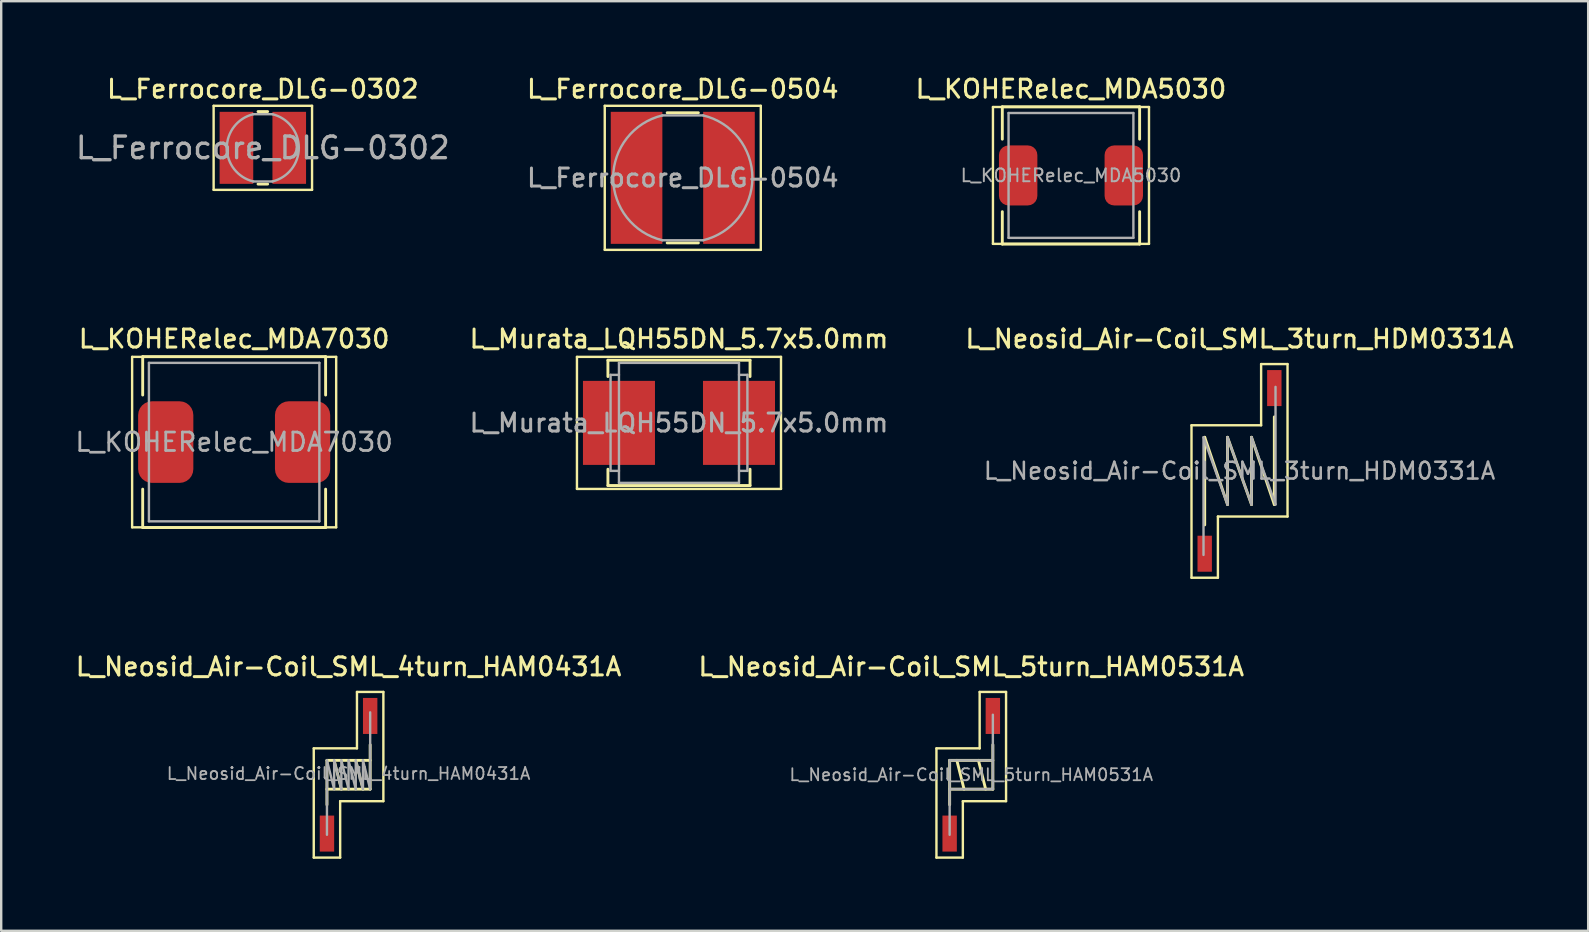
<source format=kicad_pcb>
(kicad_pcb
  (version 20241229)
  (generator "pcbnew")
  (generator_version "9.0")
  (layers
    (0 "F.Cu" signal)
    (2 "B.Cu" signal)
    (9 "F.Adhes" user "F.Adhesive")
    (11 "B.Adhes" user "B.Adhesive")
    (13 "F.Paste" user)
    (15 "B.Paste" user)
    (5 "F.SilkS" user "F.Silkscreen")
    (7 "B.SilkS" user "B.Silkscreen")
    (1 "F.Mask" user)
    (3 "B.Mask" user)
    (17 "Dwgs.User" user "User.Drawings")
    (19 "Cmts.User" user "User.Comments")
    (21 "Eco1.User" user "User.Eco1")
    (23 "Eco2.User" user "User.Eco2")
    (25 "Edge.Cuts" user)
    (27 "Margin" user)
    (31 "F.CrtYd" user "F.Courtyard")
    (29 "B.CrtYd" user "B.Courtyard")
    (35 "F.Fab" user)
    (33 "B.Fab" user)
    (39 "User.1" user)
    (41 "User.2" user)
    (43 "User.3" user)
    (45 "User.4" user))
  (footprint "L_Ferrocore_DLG-0302"
    (layer "F.Cu")
    (at 7.899 3.108)
    (property "Reference" "L_Ferrocore_DLG-0302" (at 0 -2.45 0) (layer "F.SilkS") (effects (font (size 0.75 0.75) (thickness 0.125))))
    (attr smd)
    (fp_line (start -2.05 -1.75) (end -2.05 1.75) (stroke (width 0.1) (type solid)) (layer "F.SilkS"))
    (fp_line (start -2.05 1.75) (end 2.05 1.75) (stroke (width 0.1) (type solid)) (layer "F.SilkS"))
    (fp_line (start -0.2 -1.51) (end 0.2 -1.51) (stroke (width 0.12) (type solid)) (layer "F.SilkS"))
    (fp_line (start -0.2 1.51) (end 0.2 1.51) (stroke (width 0.12) (type solid)) (layer "F.SilkS"))
    (fp_line (start 2.05 -1.75) (end -2.05 -1.75) (stroke (width 0.1) (type solid)) (layer "F.SilkS"))
    (fp_line (start 2.05 1.75) (end 2.05 -1.75) (stroke (width 0.1) (type solid)) (layer "F.SilkS"))
    (fp_line (start -0.4 -1.4) (end 0.4 -1.4) (stroke (width 0.1) (type solid)) (layer "F.Fab"))
    (fp_line (start -0.4 1.4) (end 0.4 1.4) (stroke (width 0.1) (type solid)) (layer "F.Fab"))
    (fp_arc (start -0.4 1.4) (mid -1.5 0) (end -0.4 -1.4) (stroke (width 0.1) (type solid)) (layer "F.Fab"))
    (fp_arc (start 0.4 -1.4) (mid 1.5 0) (end 0.4 1.4) (stroke (width 0.1) (type solid)) (layer "F.Fab"))
    (fp_text user "${REFERENCE}" (at 0 0 0) (layer "F.Fab") (effects (font (size 0.9 0.9) (thickness 0.14))))
    (pad "1" smd rect (at -1.1 0) (size 1.4 3) (layers "F.Cu" "F.Mask" "F.Paste"))
    (pad "2" smd rect (at 1.1 0) (size 1.4 3) (layers "F.Cu" "F.Mask" "F.Paste")))
  (footprint "L_Neosid_Air-Coil_SML_3turn_HDM0331A"
    (layer "F.Cu")
    (at 48.584 16.566)
    (property "Reference" "L_Neosid_Air-Coil_SML_3turn_HDM0331A" (at 0 -5.5 0) (layer "F.SilkS") (effects (font (size 0.75 0.75) (thickness 0.125))))
    (attr smd)
    (fp_line (start -2 -1.9) (end -2 4.45) (stroke (width 0.1) (type solid)) (layer "F.SilkS"))
    (fp_line (start -2 4.45) (end -0.9 4.45) (stroke (width 0.1) (type solid)) (layer "F.SilkS"))
    (fp_line (start -1.45 -1.4) (end -1.45 2.25) (stroke (width 0.12) (type solid)) (layer "F.SilkS"))
    (fp_line (start -1.45 -1.4) (end -0.5 1.4) (stroke (width 0.12) (type solid)) (layer "F.SilkS"))
    (fp_line (start -0.9 1.9) (end 2 1.9) (stroke (width 0.1) (type solid)) (layer "F.SilkS"))
    (fp_line (start -0.9 4.45) (end -0.9 1.9) (stroke (width 0.1) (type solid)) (layer "F.SilkS"))
    (fp_line (start -0.5 -1.4) (end -0.5 1.4) (stroke (width 0.12) (type solid)) (layer "F.SilkS"))
    (fp_line (start -0.5 -1.4) (end 0.5 1.4) (stroke (width 0.12) (type solid)) (layer "F.SilkS"))
    (fp_line (start 0.5 -1.4) (end 0.5 1.4) (stroke (width 0.12) (type solid)) (layer "F.SilkS"))
    (fp_line (start 0.5 -1.4) (end 1.45 1.4) (stroke (width 0.12) (type solid)) (layer "F.SilkS"))
    (fp_line (start 0.9 -4.45) (end 0.9 -1.9) (stroke (width 0.1) (type solid)) (layer "F.SilkS"))
    (fp_line (start 0.9 -1.9) (end -2 -1.9) (stroke (width 0.1) (type solid)) (layer "F.SilkS"))
    (fp_line (start 1.45 1.4) (end 1.45 -2.25) (stroke (width 0.12) (type solid)) (layer "F.SilkS"))
    (fp_line (start 2 -4.45) (end 0.9 -4.45) (stroke (width 0.1) (type solid)) (layer "F.SilkS"))
    (fp_line (start 2 1.9) (end 2 -4.45) (stroke (width 0.1) (type solid)) (layer "F.SilkS"))
    (fp_line (start -1.5 -1.4) (end -0.5 1.4) (stroke (width 0.1) (type solid)) (layer "F.Fab"))
    (fp_line (start -1.5 3.5) (end -1.5 -1.4) (stroke (width 0.1) (type solid)) (layer "F.Fab"))
    (fp_line (start -0.5 -1.4) (end 0.5 1.4) (stroke (width 0.1) (type solid)) (layer "F.Fab"))
    (fp_line (start -0.5 1.4) (end -0.5 -1.4) (stroke (width 0.1) (type solid)) (layer "F.Fab"))
    (fp_line (start 0.5 -1.4) (end 1.5 1.4) (stroke (width 0.1) (type solid)) (layer "F.Fab"))
    (fp_line (start 0.5 1.4) (end 0.5 -1.4) (stroke (width 0.1) (type solid)) (layer "F.Fab"))
    (fp_line (start 1.5 1.4) (end 1.5 -3.5) (stroke (width 0.1) (type solid)) (layer "F.Fab"))
    (fp_text user "${REFERENCE}" (at 0 0 0) (layer "F.Fab") (effects (font (size 0.7 0.7) (thickness 0.105))))
    (pad "1" smd rect (at -1.45 3.45) (size 0.6 1.5) (layers "F.Cu" "F.Mask" "F.Paste"))
    (pad "2" smd rect (at 1.45 -3.45) (size 0.6 1.5) (layers "F.Cu" "F.Mask" "F.Paste")))
  (footprint "L_Neosid_Air-Coil_SML_5turn_HAM0531A"
    (layer "F.Cu")
    (at 37.409 29.224)
    (property "Reference" "L_Neosid_Air-Coil_SML_5turn_HAM0531A" (at 0 -4.5 0) (layer "F.SilkS") (effects (font (size 0.75 0.75) (thickness 0.125))))
    (attr smd)
    (fp_line (start -1.45 -1.1) (end -1.45 3.45) (stroke (width 0.1) (type solid)) (layer "F.SilkS"))
    (fp_line (start -1.45 3.45) (end -0.35 3.45) (stroke (width 0.1) (type solid)) (layer "F.SilkS"))
    (fp_line (start -0.9 -0.6) (end 0.9 -0.6) (stroke (width 0.12) (type solid)) (layer "F.SilkS"))
    (fp_line (start -0.9 1.25) (end -0.9 -0.6) (stroke (width 0.12) (type solid)) (layer "F.SilkS"))
    (fp_line (start -0.6 -0.6) (end -0.3 0.6) (stroke (width 0.12) (type solid)) (layer "F.SilkS"))
    (fp_line (start -0.35 1.1) (end 1.45 1.1) (stroke (width 0.1) (type solid)) (layer "F.SilkS"))
    (fp_line (start -0.35 3.45) (end -0.35 1.1) (stroke (width 0.1) (type solid)) (layer "F.SilkS"))
    (fp_line (start 0.3 -0.6) (end 0.6 0.6) (stroke (width 0.12) (type solid)) (layer "F.SilkS"))
    (fp_line (start 0.35 -3.45) (end 0.35 -1.1) (stroke (width 0.1) (type solid)) (layer "F.SilkS"))
    (fp_line (start 0.35 -1.1) (end -1.45 -1.1) (stroke (width 0.1) (type solid)) (layer "F.SilkS"))
    (fp_line (start 0.9 0.6) (end -0.9 0.6) (stroke (width 0.12) (type solid)) (layer "F.SilkS"))
    (fp_line (start 0.9 0.6) (end 0.9 -1.25) (stroke (width 0.12) (type solid)) (layer "F.SilkS"))
    (fp_line (start 1.45 -3.45) (end 0.35 -3.45) (stroke (width 0.1) (type solid)) (layer "F.SilkS"))
    (fp_line (start 1.45 1.1) (end 1.45 -3.45) (stroke (width 0.1) (type solid)) (layer "F.SilkS"))
    (fp_line (start -0.9 -0.6) (end 0.9 -0.6) (stroke (width 0.1) (type solid)) (layer "F.Fab"))
    (fp_line (start -0.9 2.5) (end -0.9 -0.6) (stroke (width 0.1) (type solid)) (layer "F.Fab"))
    (fp_line (start 0.9 -2.5) (end 0.9 0.6) (stroke (width 0.1) (type solid)) (layer "F.Fab"))
    (fp_line (start 0.9 0.6) (end -0.9 0.6) (stroke (width 0.1) (type solid)) (layer "F.Fab"))
    (fp_text user "${REFERENCE}" (at 0 0 0) (layer "F.Fab") (effects (font (size 0.5 0.5) (thickness 0.075))))
    (pad "1" smd rect (at -0.9 2.45) (size 0.6 1.5) (layers "F.Cu" "F.Mask" "F.Paste"))
    (pad "2" smd rect (at 0.9 -2.45) (size 0.6 1.5) (layers "F.Cu" "F.Mask" "F.Paste")))
  (footprint "L_KOHERelec_MDA5030"
    (layer "F.Cu")
    (at 41.563 4.258)
    (property "Reference" "L_KOHERelec_MDA5030" (at 0 -3.6 0) (layer "F.SilkS") (effects (font (size 0.75 0.75) (thickness 0.125))))
    (attr smd)
    (fp_line (start -3.25 -2.85) (end -3.25 2.85) (stroke (width 0.1) (type solid)) (layer "F.SilkS"))
    (fp_line (start -3.25 2.85) (end 3.25 2.85) (stroke (width 0.1) (type solid)) (layer "F.SilkS"))
    (fp_line (start -2.86 -2.86) (end -2.86 -1.51) (stroke (width 0.12) (type solid)) (layer "F.SilkS"))
    (fp_line (start -2.86 -2.86) (end 2.86 -2.86) (stroke (width 0.12) (type solid)) (layer "F.SilkS"))
    (fp_line (start -2.86 2.86) (end -2.86 1.51) (stroke (width 0.12) (type solid)) (layer "F.SilkS"))
    (fp_line (start -2.86 2.86) (end 2.86 2.86) (stroke (width 0.12) (type solid)) (layer "F.SilkS"))
    (fp_line (start 2.86 -2.86) (end 2.86 -1.51) (stroke (width 0.12) (type solid)) (layer "F.SilkS"))
    (fp_line (start 2.86 2.86) (end 2.86 1.51) (stroke (width 0.12) (type solid)) (layer "F.SilkS"))
    (fp_line (start 3.25 -2.85) (end -3.25 -2.85) (stroke (width 0.1) (type solid)) (layer "F.SilkS"))
    (fp_line (start 3.25 2.85) (end 3.25 -2.85) (stroke (width 0.1) (type solid)) (layer "F.SilkS"))
    (fp_line (start -2.6 -2.6) (end -2.6 2.6) (stroke (width 0.1) (type solid)) (layer "F.Fab"))
    (fp_line (start -2.6 2.6) (end 2.6 2.6) (stroke (width 0.1) (type solid)) (layer "F.Fab"))
    (fp_line (start 2.6 -2.6) (end -2.6 -2.6) (stroke (width 0.1) (type solid)) (layer "F.Fab"))
    (fp_line (start 2.6 2.6) (end 2.6 -2.6) (stroke (width 0.1) (type solid)) (layer "F.Fab"))
    (fp_text user "${REFERENCE}" (at 0 0 0) (layer "F.Fab") (effects (font (size 0.533 0.533) (thickness 0.08))))
    (pad "1" smd roundrect (at -2.2 0) (size 1.6 2.5) (layers "F.Cu" "F.Mask" "F.Paste") (roundrect_rratio 0.25))
    (pad "2" smd roundrect (at 2.2 0) (size 1.6 2.5) (layers "F.Cu" "F.Mask" "F.Paste") (roundrect_rratio 0.25)))
  (footprint "L_Neosid_Air-Coil_SML_4turn_HAM0431A"
    (layer "F.Cu")
    (at 11.47 29.224)
    (property "Reference" "L_Neosid_Air-Coil_SML_4turn_HAM0431A" (at 0 -4.5 0) (layer "F.SilkS") (effects (font (size 0.75 0.75) (thickness 0.125))))
    (attr smd)
    (fp_line (start -1.45 -1.1) (end -1.45 3.45) (stroke (width 0.1) (type solid)) (layer "F.SilkS"))
    (fp_line (start -1.45 3.45) (end -0.35 3.45) (stroke (width 0.1) (type solid)) (layer "F.SilkS"))
    (fp_line (start -0.9 -0.6) (end 0.9 -0.6) (stroke (width 0.12) (type solid)) (layer "F.SilkS"))
    (fp_line (start -0.9 1.25) (end -0.9 -0.6) (stroke (width 0.12) (type solid)) (layer "F.SilkS"))
    (fp_line (start -0.6 -0.6) (end -0.3 0.6) (stroke (width 0.12) (type solid)) (layer "F.SilkS"))
    (fp_line (start -0.35 1.1) (end 1.45 1.1) (stroke (width 0.1) (type solid)) (layer "F.SilkS"))
    (fp_line (start -0.35 3.45) (end -0.35 1.1) (stroke (width 0.1) (type solid)) (layer "F.SilkS"))
    (fp_line (start 0.3 -0.6) (end 0.6 0.6) (stroke (width 0.12) (type solid)) (layer "F.SilkS"))
    (fp_line (start 0.35 -3.45) (end 0.35 -1.1) (stroke (width 0.1) (type solid)) (layer "F.SilkS"))
    (fp_line (start 0.35 -1.1) (end -1.45 -1.1) (stroke (width 0.1) (type solid)) (layer "F.SilkS"))
    (fp_line (start 0.9 0.6) (end -0.9 0.6) (stroke (width 0.12) (type solid)) (layer "F.SilkS"))
    (fp_line (start 0.9 0.6) (end 0.9 -1.25) (stroke (width 0.12) (type solid)) (layer "F.SilkS"))
    (fp_line (start 1.45 -3.45) (end 0.35 -3.45) (stroke (width 0.1) (type solid)) (layer "F.SilkS"))
    (fp_line (start 1.45 1.1) (end 1.45 -3.45) (stroke (width 0.1) (type solid)) (layer "F.SilkS"))
    (fp_line (start -0.9 -0.6) (end -0.6 0.6) (stroke (width 0.1) (type solid)) (layer "F.Fab"))
    (fp_line (start -0.9 2.5) (end -0.9 -0.6) (stroke (width 0.1) (type solid)) (layer "F.Fab"))
    (fp_line (start -0.6 -0.6) (end -0.3 0.6) (stroke (width 0.1) (type solid)) (layer "F.Fab"))
    (fp_line (start -0.6 0.6) (end -0.6 -0.6) (stroke (width 0.1) (type solid)) (layer "F.Fab"))
    (fp_line (start -0.3 -0.6) (end 0 0.6) (stroke (width 0.1) (type solid)) (layer "F.Fab"))
    (fp_line (start -0.3 0.6) (end -0.3 -0.6) (stroke (width 0.1) (type solid)) (layer "F.Fab"))
    (fp_line (start 0 0.6) (end 0 -0.6) (stroke (width 0.1) (type solid)) (layer "F.Fab"))
    (fp_line (start 0.3 -0.6) (end 0.3 0.6) (stroke (width 0.1) (type solid)) (layer "F.Fab"))
    (fp_line (start 0.3 -0.6) (end 0.6 0.6) (stroke (width 0.1) (type solid)) (layer "F.Fab"))
    (fp_line (start 0.3 0.6) (end 0 -0.6) (stroke (width 0.1) (type solid)) (layer "F.Fab"))
    (fp_line (start 0.6 -0.6) (end 0.9 0.6) (stroke (width 0.1) (type solid)) (layer "F.Fab"))
    (fp_line (start 0.6 0.6) (end 0.6 -0.6) (stroke (width 0.1) (type solid)) (layer "F.Fab"))
    (fp_line (start 0.9 0.6) (end 0.9 -2.6) (stroke (width 0.1) (type solid)) (layer "F.Fab"))
    (fp_text user "${REFERENCE}" (at 0 -0.05 0) (layer "F.Fab") (effects (font (size 0.5 0.5) (thickness 0.075))))
    (pad "1" smd rect (at -0.9 2.45) (size 0.6 1.5) (layers "F.Cu" "F.Mask" "F.Paste"))
    (pad "2" smd rect (at 0.9 -2.45) (size 0.6 1.5) (layers "F.Cu" "F.Mask" "F.Paste")))
  (footprint "L_KOHERelec_MDA7030"
    (layer "F.Cu")
    (at 6.704 15.366)
    (property "Reference" "L_KOHERelec_MDA7030" (at 0 -4.3 0) (layer "F.SilkS") (effects (font (size 0.75 0.75) (thickness 0.125))))
    (attr smd)
    (fp_line (start -4.25 -3.55) (end -4.25 3.55) (stroke (width 0.1) (type solid)) (layer "F.SilkS"))
    (fp_line (start -4.25 3.55) (end 4.25 3.55) (stroke (width 0.1) (type solid)) (layer "F.SilkS"))
    (fp_line (start -3.81 -3.56) (end -3.81 -1.96) (stroke (width 0.12) (type solid)) (layer "F.SilkS"))
    (fp_line (start -3.81 -3.56) (end 3.81 -3.56) (stroke (width 0.12) (type solid)) (layer "F.SilkS"))
    (fp_line (start -3.81 3.56) (end -3.81 1.96) (stroke (width 0.12) (type solid)) (layer "F.SilkS"))
    (fp_line (start -3.81 3.56) (end 3.81 3.56) (stroke (width 0.12) (type solid)) (layer "F.SilkS"))
    (fp_line (start 3.81 -3.56) (end 3.81 -1.96) (stroke (width 0.12) (type solid)) (layer "F.SilkS"))
    (fp_line (start 3.81 3.56) (end 3.81 1.96) (stroke (width 0.12) (type solid)) (layer "F.SilkS"))
    (fp_line (start 4.25 -3.55) (end -4.25 -3.55) (stroke (width 0.1) (type solid)) (layer "F.SilkS"))
    (fp_line (start 4.25 3.55) (end 4.25 -3.55) (stroke (width 0.1) (type solid)) (layer "F.SilkS"))
    (fp_line (start -3.55 -3.3) (end -3.55 3.3) (stroke (width 0.1) (type solid)) (layer "F.Fab"))
    (fp_line (start -3.55 3.3) (end 3.55 3.3) (stroke (width 0.1) (type solid)) (layer "F.Fab"))
    (fp_line (start 3.55 -3.3) (end -3.55 -3.3) (stroke (width 0.1) (type solid)) (layer "F.Fab"))
    (fp_line (start 3.55 3.3) (end 3.55 -3.3) (stroke (width 0.1) (type solid)) (layer "F.Fab"))
    (fp_text user "${REFERENCE}" (at 0 0 0) (layer "F.Fab") (effects (font (size 0.767 0.767) (thickness 0.115))))
    (pad "1" smd roundrect (at -2.85 0) (size 2.3 3.4) (layers "F.Cu" "F.Mask" "F.Paste") (roundrect_rratio 0.25))
    (pad "2" smd roundrect (at 2.85 0) (size 2.3 3.4) (layers "F.Cu" "F.Mask" "F.Paste") (roundrect_rratio 0.25)))
  (footprint "L_Ferrocore_DLG-0504"
    (layer "F.Cu")
    (at 25.392 4.358)
    (property "Reference" "L_Ferrocore_DLG-0504" (at 0 -3.7 0) (layer "F.SilkS") (effects (font (size 0.75 0.75) (thickness 0.125))))
    (attr smd)
    (fp_line (start -3.25 -3) (end -3.25 3) (stroke (width 0.1) (type solid)) (layer "F.SilkS"))
    (fp_line (start -3.25 3) (end 3.25 3) (stroke (width 0.1) (type solid)) (layer "F.SilkS"))
    (fp_line (start -0.65 -2.71) (end 0.65 -2.71) (stroke (width 0.12) (type solid)) (layer "F.SilkS"))
    (fp_line (start -0.65 2.71) (end 0.65 2.71) (stroke (width 0.12) (type solid)) (layer "F.SilkS"))
    (fp_line (start 3.25 -3) (end -3.25 -3) (stroke (width 0.1) (type solid)) (layer "F.SilkS"))
    (fp_line (start 3.25 3) (end 3.25 -3) (stroke (width 0.1) (type solid)) (layer "F.SilkS"))
    (fp_line (start -0.85 -2.6) (end 0.85 -2.6) (stroke (width 0.1) (type solid)) (layer "F.Fab"))
    (fp_line (start -0.85 2.6) (end 0.85 2.6) (stroke (width 0.1) (type solid)) (layer "F.Fab"))
    (fp_arc (start -0.85 2.6) (mid -2.9 0) (end -0.85 -2.6) (stroke (width 0.1) (type solid)) (layer "F.Fab"))
    (fp_arc (start 0.85 -2.6) (mid 2.9 0) (end 0.85 2.6) (stroke (width 0.1) (type solid)) (layer "F.Fab"))
    (fp_text user "${REFERENCE}" (at 0 0 0) (layer "F.Fab") (effects (font (size 0.75 0.75) (thickness 0.125))))
    (pad "1" smd rect (at -1.925 0) (size 2.15 5.5) (layers "F.Cu" "F.Mask" "F.Paste"))
    (pad "2" smd rect (at 1.925 0) (size 2.15 5.5) (layers "F.Cu" "F.Mask" "F.Paste")))
  (footprint "L_Murata_LQH55DN_5.7x5.0mm"
    (layer "F.Cu")
    (at 25.234 14.566)
    (property "Reference" "L_Murata_LQH55DN_5.7x5.0mm" (at 0 -3.5 0) (layer "F.SilkS") (effects (font (size 0.75 0.75) (thickness 0.125))))
    (attr smd)
    (fp_line (start -4.25 -2.75) (end -4.25 2.75) (stroke (width 0.1) (type solid)) (layer "F.SilkS"))
    (fp_line (start -4.25 2.75) (end 4.25 2.75) (stroke (width 0.1) (type solid)) (layer "F.SilkS"))
    (fp_line (start -2.96 -2.61) (end -2.96 -1.93) (stroke (width 0.12) (type solid)) (layer "F.SilkS"))
    (fp_line (start -2.96 -2.61) (end 2.96 -2.61) (stroke (width 0.12) (type solid)) (layer "F.SilkS"))
    (fp_line (start -2.96 1.93) (end -2.96 2.61) (stroke (width 0.12) (type solid)) (layer "F.SilkS"))
    (fp_line (start -2.96 2.61) (end 2.96 2.61) (stroke (width 0.12) (type solid)) (layer "F.SilkS"))
    (fp_line (start 2.96 -2.61) (end 2.96 -1.93) (stroke (width 0.12) (type solid)) (layer "F.SilkS"))
    (fp_line (start 2.96 1.93) (end 2.96 2.61) (stroke (width 0.12) (type solid)) (layer "F.SilkS"))
    (fp_line (start 4.25 -2.75) (end -4.25 -2.75) (stroke (width 0.1) (type solid)) (layer "F.SilkS"))
    (fp_line (start 4.25 2.75) (end 4.25 -2.75) (stroke (width 0.1) (type solid)) (layer "F.SilkS"))
    (fp_line (start -2.85 -2) (end -2.85 2) (stroke (width 0.1) (type solid)) (layer "F.Fab"))
    (fp_line (start -2.85 -2) (end -2.5 -2) (stroke (width 0.1) (type solid)) (layer "F.Fab"))
    (fp_line (start -2.85 2) (end -2.5 2) (stroke (width 0.1) (type solid)) (layer "F.Fab"))
    (fp_line (start -2.5 -2.5) (end -2.5 2.5) (stroke (width 0.1) (type solid)) (layer "F.Fab"))
    (fp_line (start -2.5 -2.5) (end 2.5 -2.5) (stroke (width 0.1) (type solid)) (layer "F.Fab"))
    (fp_line (start -2.5 2.5) (end 2.5 2.5) (stroke (width 0.1) (type solid)) (layer "F.Fab"))
    (fp_line (start 2.5 -2.5) (end 2.5 2.5) (stroke (width 0.1) (type solid)) (layer "F.Fab"))
    (fp_line (start 2.85 -2) (end 2.5 -2) (stroke (width 0.1) (type solid)) (layer "F.Fab"))
    (fp_line (start 2.85 -2) (end 2.85 2) (stroke (width 0.1) (type solid)) (layer "F.Fab"))
    (fp_line (start 2.85 2) (end 2.5 2) (stroke (width 0.1) (type solid)) (layer "F.Fab"))
    (fp_text user "${REFERENCE}" (at 0 0 0) (layer "F.Fab") (effects (font (size 0.75 0.75) (thickness 0.125))))
    (pad "1" smd rect (at -2.5 0) (size 3 3.5) (layers "F.Cu" "F.Mask" "F.Paste"))
    (pad "2" smd rect (at 2.5 0) (size 3 3.5) (layers "F.Cu" "F.Mask" "F.Paste")))
  (gr_rect
    (start -3 -3)
    (end 63.108 35.724)
    (stroke (width 0.1) (type default))
    (fill no)
    (layer "Edge.Cuts")))
</source>
